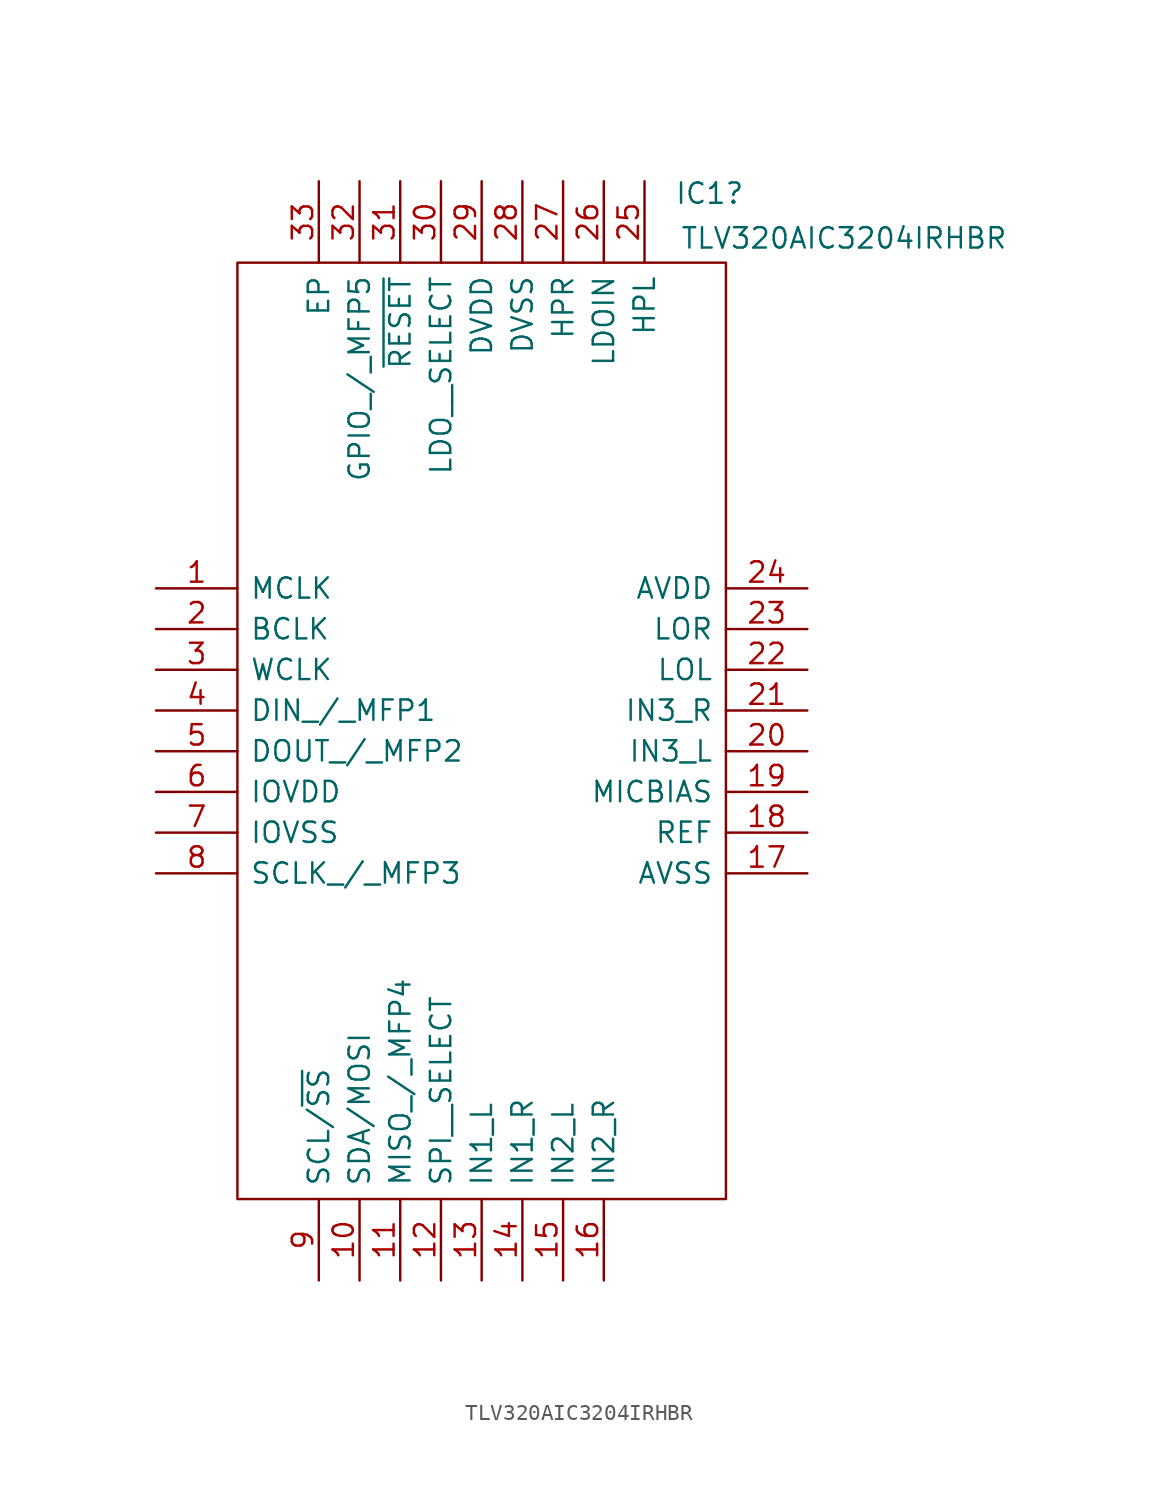
<source format=kicad_sym>
(kicad_symbol_lib
  (version 20231120)
  (generator "kicad_symbol_editor")
  (generator_version "8.0")
  (symbol "TLV320AIC3204IRHBR"
    (pin_names
      (offset 0.762))
    (property "Reference" "IC1"
      (at 34.544 24.638 0)
      (effects (font (size 1.27 1.27))))
    (property "Value" "TLV320AIC3204IRHBR"
      (at 42.926 21.844 0)
      (effects (font (size 1.27 1.27))))
    (symbol "TLV320AIC3204IRHBR_0_0"
      (pin passive line (at 0 0 0) (length 5.08) (name "MCLK" (effects (font (size 1.27 1.27)))) (number "1" (effects (font (size 1.27 1.27)))))
      (pin passive line (at 12.7 -43.18 90) (length 5.08) (name "SDA/MOSI" (effects (font (size 1.27 1.27)))) (number "10" (effects (font (size 1.27 1.27)))))
      (pin passive line (at 15.24 -43.18 90) (length 5.08) (name "MISO_/_MFP4" (effects (font (size 1.27 1.27)))) (number "11" (effects (font (size 1.27 1.27)))))
      (pin passive line (at 17.78 -43.18 90) (length 5.08) (name "SPI__SELECT" (effects (font (size 1.27 1.27)))) (number "12" (effects (font (size 1.27 1.27)))))
      (pin passive line (at 20.32 -43.18 90) (length 5.08) (name "IN1_L" (effects (font (size 1.27 1.27)))) (number "13" (effects (font (size 1.27 1.27)))))
      (pin passive line (at 22.86 -43.18 90) (length 5.08) (name "IN1_R" (effects (font (size 1.27 1.27)))) (number "14" (effects (font (size 1.27 1.27)))))
      (pin passive line (at 25.4 -43.18 90) (length 5.08) (name "IN2_L" (effects (font (size 1.27 1.27)))) (number "15" (effects (font (size 1.27 1.27)))))
      (pin passive line (at 27.94 -43.18 90) (length 5.08) (name "IN2_R" (effects (font (size 1.27 1.27)))) (number "16" (effects (font (size 1.27 1.27)))))
      (pin passive line (at 40.64 -17.78 180) (length 5.08) (name "AVSS" (effects (font (size 1.27 1.27)))) (number "17" (effects (font (size 1.27 1.27)))))
      (pin passive line (at 40.64 -15.24 180) (length 5.08) (name "REF" (effects (font (size 1.27 1.27)))) (number "18" (effects (font (size 1.27 1.27)))))
      (pin passive line (at 40.64 -12.7 180) (length 5.08) (name "MICBIAS" (effects (font (size 1.27 1.27)))) (number "19" (effects (font (size 1.27 1.27)))))
      (pin passive line (at 0 -2.54 0) (length 5.08) (name "BCLK" (effects (font (size 1.27 1.27)))) (number "2" (effects (font (size 1.27 1.27)))))
      (pin passive line (at 40.64 -10.16 180) (length 5.08) (name "IN3_L" (effects (font (size 1.27 1.27)))) (number "20" (effects (font (size 1.27 1.27)))))
      (pin passive line (at 40.64 -7.62 180) (length 5.08) (name "IN3_R" (effects (font (size 1.27 1.27)))) (number "21" (effects (font (size 1.27 1.27)))))
      (pin passive line (at 40.64 -5.08 180) (length 5.08) (name "LOL" (effects (font (size 1.27 1.27)))) (number "22" (effects (font (size 1.27 1.27)))))
      (pin passive line (at 40.64 -2.54 180) (length 5.08) (name "LOR" (effects (font (size 1.27 1.27)))) (number "23" (effects (font (size 1.27 1.27)))))
      (pin passive line (at 40.64 0 180) (length 5.08) (name "AVDD" (effects (font (size 1.27 1.27)))) (number "24" (effects (font (size 1.27 1.27)))))
      (pin passive line (at 30.48 25.4 270) (length 5.08) (name "HPL" (effects (font (size 1.27 1.27)))) (number "25" (effects (font (size 1.27 1.27)))))
      (pin passive line (at 27.94 25.4 270) (length 5.08) (name "LDOIN" (effects (font (size 1.27 1.27)))) (number "26" (effects (font (size 1.27 1.27)))))
      (pin passive line (at 25.4 25.4 270) (length 5.08) (name "HPR" (effects (font (size 1.27 1.27)))) (number "27" (effects (font (size 1.27 1.27)))))
      (pin passive line (at 22.86 25.4 270) (length 5.08) (name "DVSS" (effects (font (size 1.27 1.27)))) (number "28" (effects (font (size 1.27 1.27)))))
      (pin passive line (at 20.32 25.4 270) (length 5.08) (name "DVDD" (effects (font (size 1.27 1.27)))) (number "29" (effects (font (size 1.27 1.27)))))
      (pin passive line (at 0 -5.08 0) (length 5.08) (name "WCLK" (effects (font (size 1.27 1.27)))) (number "3" (effects (font (size 1.27 1.27)))))
      (pin passive line (at 17.78 25.4 270) (length 5.08) (name "LDO__SELECT" (effects (font (size 1.27 1.27)))) (number "30" (effects (font (size 1.27 1.27)))))
      (pin passive line (at 15.24 25.4 270) (length 5.08) (name "~{RESET}" (effects (font (size 1.27 1.27)))) (number "31" (effects (font (size 1.27 1.27)))))
      (pin passive line (at 12.7 25.4 270) (length 5.08) (name "GPIO_/_MFP5" (effects (font (size 1.27 1.27)))) (number "32" (effects (font (size 1.27 1.27)))))
      (pin passive line (at 10.16 25.4 270) (length 5.08) (name "EP" (effects (font (size 1.27 1.27)))) (number "33" (effects (font (size 1.27 1.27)))))
      (pin passive line (at 0 -7.62 0) (length 5.08) (name "DIN_/_MFP1" (effects (font (size 1.27 1.27)))) (number "4" (effects (font (size 1.27 1.27)))))
      (pin passive line (at 0 -10.16 0) (length 5.08) (name "DOUT_/_MFP2" (effects (font (size 1.27 1.27)))) (number "5" (effects (font (size 1.27 1.27)))))
      (pin passive line (at 0 -12.7 0) (length 5.08) (name "IOVDD" (effects (font (size 1.27 1.27)))) (number "6" (effects (font (size 1.27 1.27)))))
      (pin passive line (at 0 -15.24 0) (length 5.08) (name "IOVSS" (effects (font (size 1.27 1.27)))) (number "7" (effects (font (size 1.27 1.27)))))
      (pin passive line (at 0 -17.78 0) (length 5.08) (name "SCLK_/_MFP3" (effects (font (size 1.27 1.27)))) (number "8" (effects (font (size 1.27 1.27)))))
      (pin passive line (at 10.16 -43.18 90) (length 5.08) (name "SCL/~{SS}" (effects (font (size 1.27 1.27)))) (number "9" (effects (font (size 1.27 1.27))))))
    (symbol "TLV320AIC3204IRHBR_0_1"
      (polyline (pts (xy 5.08 20.32) (xy 35.56 20.32) (xy 35.56 -38.1) (xy 5.08 -38.1) (xy 5.08 20.32)) (stroke (width 0.152) (type solid)) (fill (type none))))))
</source>
